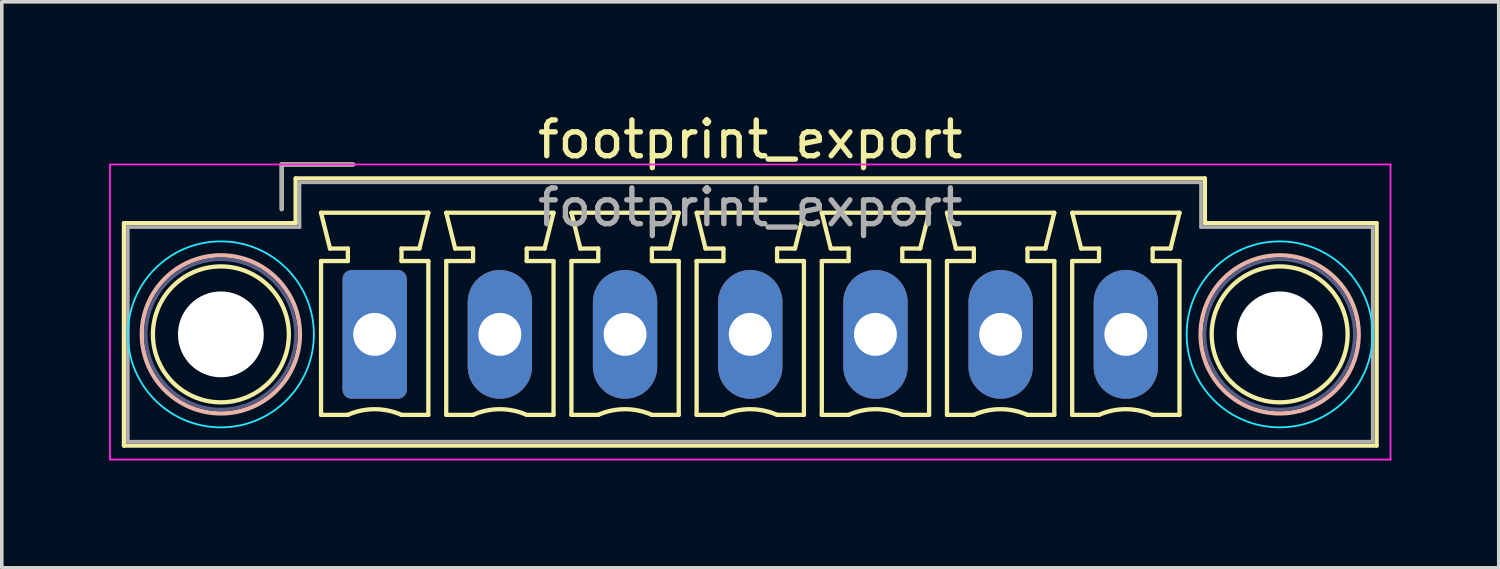
<source format=kicad_pcb>
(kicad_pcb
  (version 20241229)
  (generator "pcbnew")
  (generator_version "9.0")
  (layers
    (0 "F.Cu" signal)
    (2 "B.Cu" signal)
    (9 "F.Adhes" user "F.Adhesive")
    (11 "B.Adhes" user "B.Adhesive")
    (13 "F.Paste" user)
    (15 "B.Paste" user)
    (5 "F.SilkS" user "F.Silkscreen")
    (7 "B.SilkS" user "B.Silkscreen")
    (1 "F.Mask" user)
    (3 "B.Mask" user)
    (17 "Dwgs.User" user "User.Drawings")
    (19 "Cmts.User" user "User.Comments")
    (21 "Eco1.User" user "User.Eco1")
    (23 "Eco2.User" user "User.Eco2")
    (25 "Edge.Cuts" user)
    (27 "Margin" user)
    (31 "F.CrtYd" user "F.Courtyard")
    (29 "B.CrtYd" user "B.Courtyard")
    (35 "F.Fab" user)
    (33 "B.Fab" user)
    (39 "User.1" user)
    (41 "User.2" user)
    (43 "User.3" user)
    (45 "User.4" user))
  (footprint "footprint_export"
    (layer "F.Cu")
    (at 7.425 6.298)
    (property "Reference" "footprint_export" (at 10.5 -5.45 0) (layer "F.SilkS") (effects (font (size 1 1) (thickness 0.15))))
    (attr through_hole)
    (fp_line (start -7.01 -3.11) (end -7.01 3.11) (stroke (width 0.12) (type solid)) (layer "F.SilkS"))
    (fp_line (start -7.01 3.11) (end 28.01 3.11) (stroke (width 0.12) (type solid)) (layer "F.SilkS"))
    (fp_line (start -2.6 -4.75) (end -0.6 -4.75) (stroke (width 0.12) (type solid)) (layer "F.SilkS"))
    (fp_line (start -2.6 -3.5) (end -2.6 -4.75) (stroke (width 0.12) (type solid)) (layer "F.SilkS"))
    (fp_line (start -2.21 -4.36) (end -2.21 -3.11) (stroke (width 0.12) (type solid)) (layer "F.SilkS"))
    (fp_line (start -2.21 -3.11) (end -7.01 -3.11) (stroke (width 0.12) (type solid)) (layer "F.SilkS"))
    (fp_line (start -1.5 -3.4) (end 1.5 -3.4) (stroke (width 0.12) (type solid)) (layer "F.SilkS"))
    (fp_line (start -1.5 -2.05) (end -0.75 -2.05) (stroke (width 0.12) (type solid)) (layer "F.SilkS"))
    (fp_line (start -1.5 2.25) (end -1.5 -2.05) (stroke (width 0.12) (type solid)) (layer "F.SilkS"))
    (fp_line (start -1.25 -2.4) (end -1.5 -3.4) (stroke (width 0.12) (type solid)) (layer "F.SilkS"))
    (fp_line (start -0.75 -2.4) (end -1.25 -2.4) (stroke (width 0.12) (type solid)) (layer "F.SilkS"))
    (fp_line (start -0.75 -2.05) (end -0.75 -2.4) (stroke (width 0.12) (type solid)) (layer "F.SilkS"))
    (fp_line (start -0.75 2.25) (end -1.5 2.25) (stroke (width 0.12) (type solid)) (layer "F.SilkS"))
    (fp_line (start 0.75 -2.4) (end 0.75 -2.05) (stroke (width 0.12) (type solid)) (layer "F.SilkS"))
    (fp_line (start 0.75 -2.05) (end 1.5 -2.05) (stroke (width 0.12) (type solid)) (layer "F.SilkS"))
    (fp_line (start 1.25 -2.4) (end 0.75 -2.4) (stroke (width 0.12) (type solid)) (layer "F.SilkS"))
    (fp_line (start 1.5 -3.4) (end 1.25 -2.4) (stroke (width 0.12) (type solid)) (layer "F.SilkS"))
    (fp_line (start 1.5 -2.05) (end 1.5 2.25) (stroke (width 0.12) (type solid)) (layer "F.SilkS"))
    (fp_line (start 1.5 2.25) (end 0.75 2.25) (stroke (width 0.12) (type solid)) (layer "F.SilkS"))
    (fp_line (start 2 -3.4) (end 5 -3.4) (stroke (width 0.12) (type solid)) (layer "F.SilkS"))
    (fp_line (start 2 -2.05) (end 2.75 -2.05) (stroke (width 0.12) (type solid)) (layer "F.SilkS"))
    (fp_line (start 2 2.25) (end 2 -2.05) (stroke (width 0.12) (type solid)) (layer "F.SilkS"))
    (fp_line (start 2.25 -2.4) (end 2 -3.4) (stroke (width 0.12) (type solid)) (layer "F.SilkS"))
    (fp_line (start 2.75 -2.4) (end 2.25 -2.4) (stroke (width 0.12) (type solid)) (layer "F.SilkS"))
    (fp_line (start 2.75 -2.05) (end 2.75 -2.4) (stroke (width 0.12) (type solid)) (layer "F.SilkS"))
    (fp_line (start 2.75 2.25) (end 2 2.25) (stroke (width 0.12) (type solid)) (layer "F.SilkS"))
    (fp_line (start 4.25 -2.4) (end 4.25 -2.05) (stroke (width 0.12) (type solid)) (layer "F.SilkS"))
    (fp_line (start 4.25 -2.05) (end 5 -2.05) (stroke (width 0.12) (type solid)) (layer "F.SilkS"))
    (fp_line (start 4.75 -2.4) (end 4.25 -2.4) (stroke (width 0.12) (type solid)) (layer "F.SilkS"))
    (fp_line (start 5 -3.4) (end 4.75 -2.4) (stroke (width 0.12) (type solid)) (layer "F.SilkS"))
    (fp_line (start 5 -2.05) (end 5 2.25) (stroke (width 0.12) (type solid)) (layer "F.SilkS"))
    (fp_line (start 5 2.25) (end 4.25 2.25) (stroke (width 0.12) (type solid)) (layer "F.SilkS"))
    (fp_line (start 5.5 -3.4) (end 8.5 -3.4) (stroke (width 0.12) (type solid)) (layer "F.SilkS"))
    (fp_line (start 5.5 -2.05) (end 6.25 -2.05) (stroke (width 0.12) (type solid)) (layer "F.SilkS"))
    (fp_line (start 5.5 2.25) (end 5.5 -2.05) (stroke (width 0.12) (type solid)) (layer "F.SilkS"))
    (fp_line (start 5.75 -2.4) (end 5.5 -3.4) (stroke (width 0.12) (type solid)) (layer "F.SilkS"))
    (fp_line (start 6.25 -2.4) (end 5.75 -2.4) (stroke (width 0.12) (type solid)) (layer "F.SilkS"))
    (fp_line (start 6.25 -2.05) (end 6.25 -2.4) (stroke (width 0.12) (type solid)) (layer "F.SilkS"))
    (fp_line (start 6.25 2.25) (end 5.5 2.25) (stroke (width 0.12) (type solid)) (layer "F.SilkS"))
    (fp_line (start 7.75 -2.4) (end 7.75 -2.05) (stroke (width 0.12) (type solid)) (layer "F.SilkS"))
    (fp_line (start 7.75 -2.05) (end 8.5 -2.05) (stroke (width 0.12) (type solid)) (layer "F.SilkS"))
    (fp_line (start 8.25 -2.4) (end 7.75 -2.4) (stroke (width 0.12) (type solid)) (layer "F.SilkS"))
    (fp_line (start 8.5 -3.4) (end 8.25 -2.4) (stroke (width 0.12) (type solid)) (layer "F.SilkS"))
    (fp_line (start 8.5 -2.05) (end 8.5 2.25) (stroke (width 0.12) (type solid)) (layer "F.SilkS"))
    (fp_line (start 8.5 2.25) (end 7.75 2.25) (stroke (width 0.12) (type solid)) (layer "F.SilkS"))
    (fp_line (start 9 -3.4) (end 12 -3.4) (stroke (width 0.12) (type solid)) (layer "F.SilkS"))
    (fp_line (start 9 -2.05) (end 9.75 -2.05) (stroke (width 0.12) (type solid)) (layer "F.SilkS"))
    (fp_line (start 9 2.25) (end 9 -2.05) (stroke (width 0.12) (type solid)) (layer "F.SilkS"))
    (fp_line (start 9.25 -2.4) (end 9 -3.4) (stroke (width 0.12) (type solid)) (layer "F.SilkS"))
    (fp_line (start 9.75 -2.4) (end 9.25 -2.4) (stroke (width 0.12) (type solid)) (layer "F.SilkS"))
    (fp_line (start 9.75 -2.05) (end 9.75 -2.4) (stroke (width 0.12) (type solid)) (layer "F.SilkS"))
    (fp_line (start 9.75 2.25) (end 9 2.25) (stroke (width 0.12) (type solid)) (layer "F.SilkS"))
    (fp_line (start 11.25 -2.4) (end 11.25 -2.05) (stroke (width 0.12) (type solid)) (layer "F.SilkS"))
    (fp_line (start 11.25 -2.05) (end 12 -2.05) (stroke (width 0.12) (type solid)) (layer "F.SilkS"))
    (fp_line (start 11.75 -2.4) (end 11.25 -2.4) (stroke (width 0.12) (type solid)) (layer "F.SilkS"))
    (fp_line (start 12 -3.4) (end 11.75 -2.4) (stroke (width 0.12) (type solid)) (layer "F.SilkS"))
    (fp_line (start 12 -2.05) (end 12 2.25) (stroke (width 0.12) (type solid)) (layer "F.SilkS"))
    (fp_line (start 12 2.25) (end 11.25 2.25) (stroke (width 0.12) (type solid)) (layer "F.SilkS"))
    (fp_line (start 12.5 -3.4) (end 15.5 -3.4) (stroke (width 0.12) (type solid)) (layer "F.SilkS"))
    (fp_line (start 12.5 -2.05) (end 13.25 -2.05) (stroke (width 0.12) (type solid)) (layer "F.SilkS"))
    (fp_line (start 12.5 2.25) (end 12.5 -2.05) (stroke (width 0.12) (type solid)) (layer "F.SilkS"))
    (fp_line (start 12.75 -2.4) (end 12.5 -3.4) (stroke (width 0.12) (type solid)) (layer "F.SilkS"))
    (fp_line (start 13.25 -2.4) (end 12.75 -2.4) (stroke (width 0.12) (type solid)) (layer "F.SilkS"))
    (fp_line (start 13.25 -2.05) (end 13.25 -2.4) (stroke (width 0.12) (type solid)) (layer "F.SilkS"))
    (fp_line (start 13.25 2.25) (end 12.5 2.25) (stroke (width 0.12) (type solid)) (layer "F.SilkS"))
    (fp_line (start 14.75 -2.4) (end 14.75 -2.05) (stroke (width 0.12) (type solid)) (layer "F.SilkS"))
    (fp_line (start 14.75 -2.05) (end 15.5 -2.05) (stroke (width 0.12) (type solid)) (layer "F.SilkS"))
    (fp_line (start 15.25 -2.4) (end 14.75 -2.4) (stroke (width 0.12) (type solid)) (layer "F.SilkS"))
    (fp_line (start 15.5 -3.4) (end 15.25 -2.4) (stroke (width 0.12) (type solid)) (layer "F.SilkS"))
    (fp_line (start 15.5 -2.05) (end 15.5 2.25) (stroke (width 0.12) (type solid)) (layer "F.SilkS"))
    (fp_line (start 15.5 2.25) (end 14.75 2.25) (stroke (width 0.12) (type solid)) (layer "F.SilkS"))
    (fp_line (start 16 -3.4) (end 19 -3.4) (stroke (width 0.12) (type solid)) (layer "F.SilkS"))
    (fp_line (start 16 -2.05) (end 16.75 -2.05) (stroke (width 0.12) (type solid)) (layer "F.SilkS"))
    (fp_line (start 16 2.25) (end 16 -2.05) (stroke (width 0.12) (type solid)) (layer "F.SilkS"))
    (fp_line (start 16.25 -2.4) (end 16 -3.4) (stroke (width 0.12) (type solid)) (layer "F.SilkS"))
    (fp_line (start 16.75 -2.4) (end 16.25 -2.4) (stroke (width 0.12) (type solid)) (layer "F.SilkS"))
    (fp_line (start 16.75 -2.05) (end 16.75 -2.4) (stroke (width 0.12) (type solid)) (layer "F.SilkS"))
    (fp_line (start 16.75 2.25) (end 16 2.25) (stroke (width 0.12) (type solid)) (layer "F.SilkS"))
    (fp_line (start 18.25 -2.4) (end 18.25 -2.05) (stroke (width 0.12) (type solid)) (layer "F.SilkS"))
    (fp_line (start 18.25 -2.05) (end 19 -2.05) (stroke (width 0.12) (type solid)) (layer "F.SilkS"))
    (fp_line (start 18.75 -2.4) (end 18.25 -2.4) (stroke (width 0.12) (type solid)) (layer "F.SilkS"))
    (fp_line (start 19 -3.4) (end 18.75 -2.4) (stroke (width 0.12) (type solid)) (layer "F.SilkS"))
    (fp_line (start 19 -2.05) (end 19 2.25) (stroke (width 0.12) (type solid)) (layer "F.SilkS"))
    (fp_line (start 19 2.25) (end 18.25 2.25) (stroke (width 0.12) (type solid)) (layer "F.SilkS"))
    (fp_line (start 19.5 -3.4) (end 22.5 -3.4) (stroke (width 0.12) (type solid)) (layer "F.SilkS"))
    (fp_line (start 19.5 -2.05) (end 20.25 -2.05) (stroke (width 0.12) (type solid)) (layer "F.SilkS"))
    (fp_line (start 19.5 2.25) (end 19.5 -2.05) (stroke (width 0.12) (type solid)) (layer "F.SilkS"))
    (fp_line (start 19.75 -2.4) (end 19.5 -3.4) (stroke (width 0.12) (type solid)) (layer "F.SilkS"))
    (fp_line (start 20.25 -2.4) (end 19.75 -2.4) (stroke (width 0.12) (type solid)) (layer "F.SilkS"))
    (fp_line (start 20.25 -2.05) (end 20.25 -2.4) (stroke (width 0.12) (type solid)) (layer "F.SilkS"))
    (fp_line (start 20.25 2.25) (end 19.5 2.25) (stroke (width 0.12) (type solid)) (layer "F.SilkS"))
    (fp_line (start 21.75 -2.4) (end 21.75 -2.05) (stroke (width 0.12) (type solid)) (layer "F.SilkS"))
    (fp_line (start 21.75 -2.05) (end 22.5 -2.05) (stroke (width 0.12) (type solid)) (layer "F.SilkS"))
    (fp_line (start 22.25 -2.4) (end 21.75 -2.4) (stroke (width 0.12) (type solid)) (layer "F.SilkS"))
    (fp_line (start 22.5 -3.4) (end 22.25 -2.4) (stroke (width 0.12) (type solid)) (layer "F.SilkS"))
    (fp_line (start 22.5 -2.05) (end 22.5 2.25) (stroke (width 0.12) (type solid)) (layer "F.SilkS"))
    (fp_line (start 22.5 2.25) (end 21.75 2.25) (stroke (width 0.12) (type solid)) (layer "F.SilkS"))
    (fp_line (start 23.21 -4.36) (end -2.21 -4.36) (stroke (width 0.12) (type solid)) (layer "F.SilkS"))
    (fp_line (start 23.21 -3.11) (end 23.21 -4.36) (stroke (width 0.12) (type solid)) (layer "F.SilkS"))
    (fp_line (start 28.01 -3.11) (end 23.21 -3.11) (stroke (width 0.12) (type solid)) (layer "F.SilkS"))
    (fp_line (start 28.01 3.11) (end 28.01 -3.11) (stroke (width 0.12) (type solid)) (layer "F.SilkS"))
    (fp_arc (start -0.75 2.25) (mid -0.000193 2.09191) (end 0.749647 2.249844) (stroke (width 0.12) (type solid)) (layer "F.SilkS"))
    (fp_arc (start 2.75 2.25) (mid 3.499807 2.09191) (end 4.249647 2.249844) (stroke (width 0.12) (type solid)) (layer "F.SilkS"))
    (fp_arc (start 6.25 2.25) (mid 6.999807 2.09191) (end 7.749647 2.249844) (stroke (width 0.12) (type solid)) (layer "F.SilkS"))
    (fp_arc (start 9.75 2.25) (mid 10.499807 2.09191) (end 11.249647 2.249844) (stroke (width 0.12) (type solid)) (layer "F.SilkS"))
    (fp_arc (start 13.25 2.25) (mid 13.999807 2.09191) (end 14.749647 2.249844) (stroke (width 0.12) (type solid)) (layer "F.SilkS"))
    (fp_arc (start 16.75 2.25) (mid 17.499807 2.09191) (end 18.249647 2.249844) (stroke (width 0.12) (type solid)) (layer "F.SilkS"))
    (fp_arc (start 20.25 2.25) (mid 20.999807 2.09191) (end 21.749647 2.249844) (stroke (width 0.12) (type solid)) (layer "F.SilkS"))
    (fp_circle (center -4.3 0) (end -2.4 0) (stroke (width 0.12) (type solid)) (fill no) (layer "F.SilkS"))
    (fp_circle (center 25.3 0) (end 27.2 0) (stroke (width 0.12) (type solid)) (fill no) (layer "F.SilkS"))
    (fp_circle (center -4.3 0) (end -2.09 0) (stroke (width 0.12) (type solid)) (fill no) (layer "B.SilkS"))
    (fp_circle (center 25.3 0) (end 27.51 0) (stroke (width 0.12) (type solid)) (fill no) (layer "B.SilkS"))
    (fp_circle (center -4.3 0) (end -1.7 0) (stroke (width 0.05) (type solid)) (fill no) (layer "B.CrtYd"))
    (fp_circle (center 25.3 0) (end 27.9 0) (stroke (width 0.05) (type solid)) (fill no) (layer "B.CrtYd"))
    (fp_line (start -7.4 -4.75) (end -7.4 3.5) (stroke (width 0.05) (type solid)) (layer "F.CrtYd"))
    (fp_line (start -7.4 3.5) (end 28.4 3.5) (stroke (width 0.05) (type solid)) (layer "F.CrtYd"))
    (fp_line (start 28.4 -4.75) (end -7.4 -4.75) (stroke (width 0.05) (type solid)) (layer "F.CrtYd"))
    (fp_line (start 28.4 3.5) (end 28.4 -4.75) (stroke (width 0.05) (type solid)) (layer "F.CrtYd"))
    (fp_circle (center -4.3 0) (end -2.2 0) (stroke (width 0.1) (type solid)) (fill no) (layer "B.Fab"))
    (fp_circle (center 25.3 0) (end 27.4 0) (stroke (width 0.1) (type solid)) (fill no) (layer "B.Fab"))
    (fp_line (start -6.9 -3) (end -6.9 3) (stroke (width 0.1) (type solid)) (layer "F.Fab"))
    (fp_line (start -6.9 3) (end 27.9 3) (stroke (width 0.1) (type solid)) (layer "F.Fab"))
    (fp_line (start -2.6 -4.75) (end -0.6 -4.75) (stroke (width 0.1) (type solid)) (layer "F.Fab"))
    (fp_line (start -2.6 -3.5) (end -2.6 -4.75) (stroke (width 0.1) (type solid)) (layer "F.Fab"))
    (fp_line (start -2.1 -4.25) (end -2.1 -3) (stroke (width 0.1) (type solid)) (layer "F.Fab"))
    (fp_line (start -2.1 -3) (end -6.9 -3) (stroke (width 0.1) (type solid)) (layer "F.Fab"))
    (fp_line (start 23.1 -4.25) (end -2.1 -4.25) (stroke (width 0.1) (type solid)) (layer "F.Fab"))
    (fp_line (start 23.1 -3) (end 23.1 -4.25) (stroke (width 0.1) (type solid)) (layer "F.Fab"))
    (fp_line (start 27.9 -3) (end 23.1 -3) (stroke (width 0.1) (type solid)) (layer "F.Fab"))
    (fp_line (start 27.9 3) (end 27.9 -3) (stroke (width 0.1) (type solid)) (layer "F.Fab"))
    (fp_text user "${REFERENCE}" (at 10.5 -3.55 0) (layer "F.Fab") (effects (font (size 1 1) (thickness 0.15))))
    (pad "" np_thru_hole circle (at -4.3 0) (size 2.4 2.4) (drill 2.4) (layers "*.Cu" "*.Mask"))
    (pad "" np_thru_hole circle (at 25.3 0) (size 2.4 2.4) (drill 2.4) (layers "*.Cu" "*.Mask"))
    (pad "1" thru_hole roundrect (at 0 0) (size 1.8 3.6) (drill 1.2) (layers "*.Cu" "*.Mask") (roundrect_rratio 0.139))
    (pad "2" thru_hole oval (at 3.5 0) (size 1.8 3.6) (drill 1.2) (layers "*.Cu" "*.Mask"))
    (pad "3" thru_hole oval (at 7 0) (size 1.8 3.6) (drill 1.2) (layers "*.Cu" "*.Mask"))
    (pad "4" thru_hole oval (at 10.5 0) (size 1.8 3.6) (drill 1.2) (layers "*.Cu" "*.Mask"))
    (pad "5" thru_hole oval (at 14 0) (size 1.8 3.6) (drill 1.2) (layers "*.Cu" "*.Mask"))
    (pad "6" thru_hole oval (at 17.5 0) (size 1.8 3.6) (drill 1.2) (layers "*.Cu" "*.Mask"))
    (pad "7" thru_hole oval (at 21 0) (size 1.8 3.6) (drill 1.2) (layers "*.Cu" "*.Mask")))
  (gr_rect
    (start -3 -3)
    (end 38.85 12.823)
    (stroke (width 0.1) (type default))
    (fill no)
    (layer "Edge.Cuts")))
</source>
